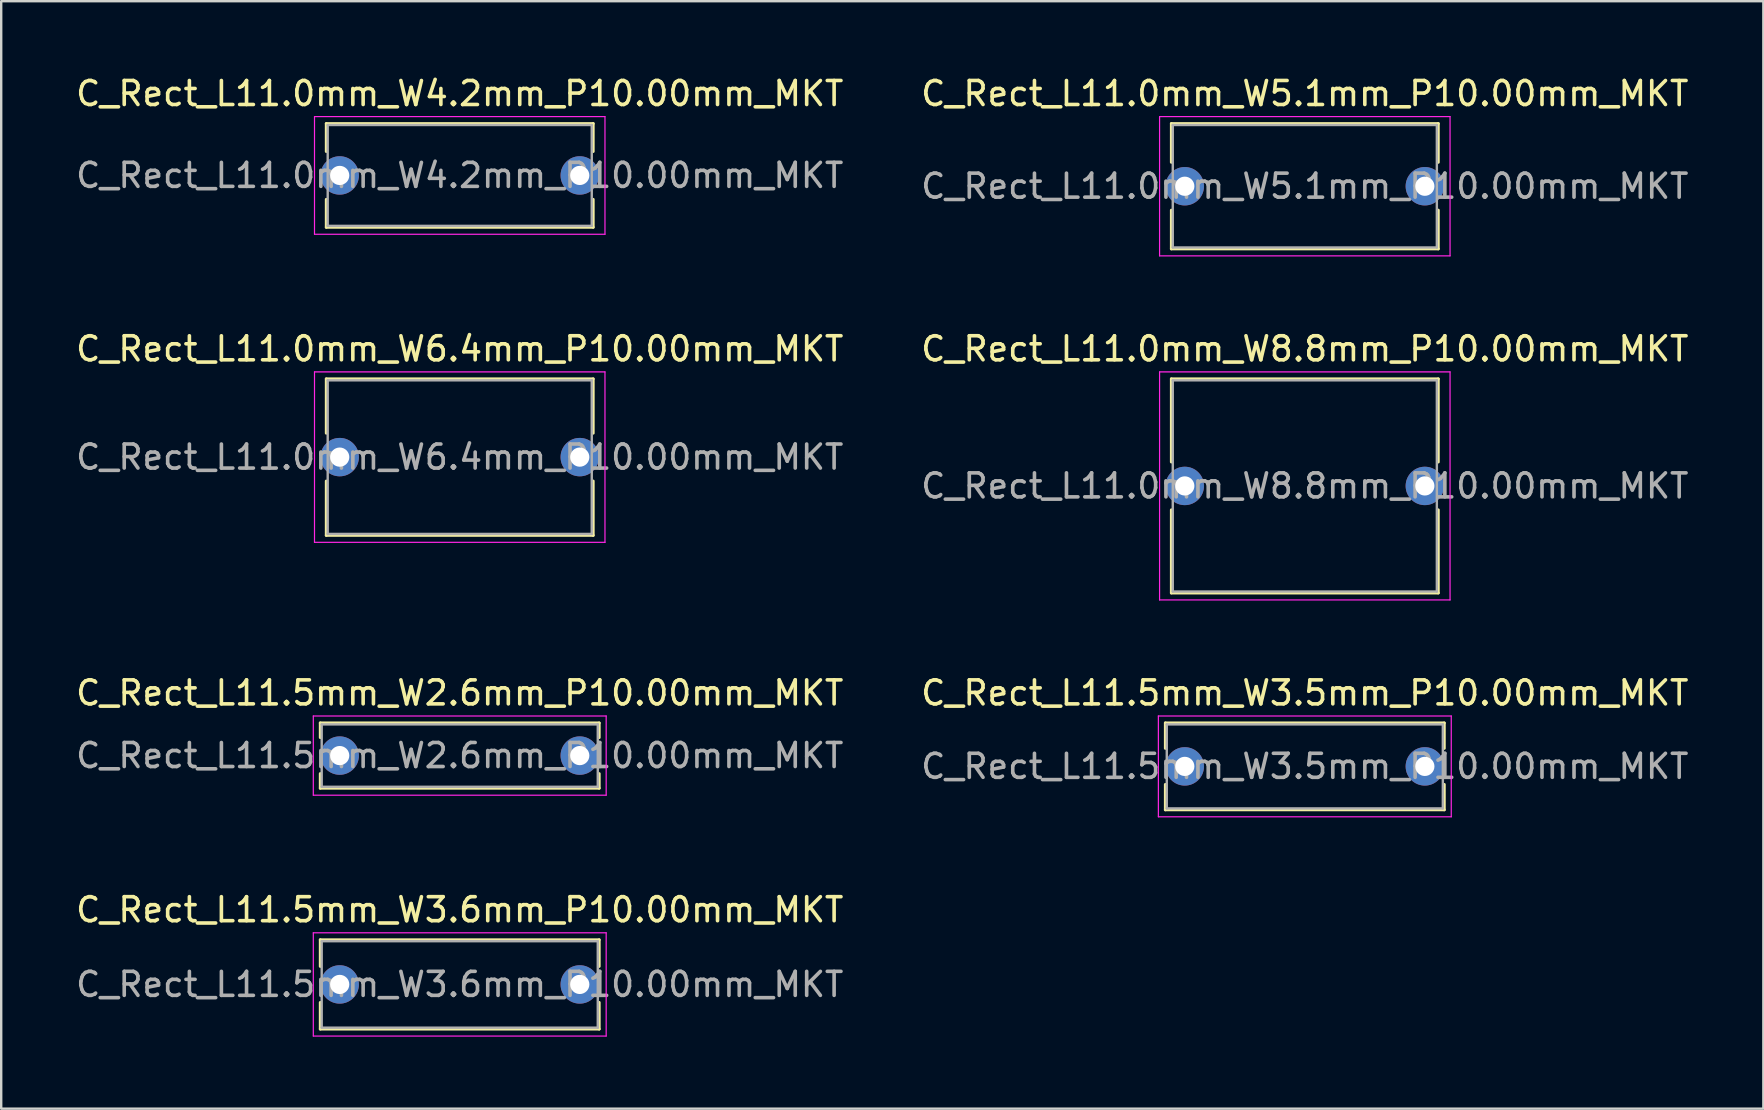
<source format=kicad_pcb>
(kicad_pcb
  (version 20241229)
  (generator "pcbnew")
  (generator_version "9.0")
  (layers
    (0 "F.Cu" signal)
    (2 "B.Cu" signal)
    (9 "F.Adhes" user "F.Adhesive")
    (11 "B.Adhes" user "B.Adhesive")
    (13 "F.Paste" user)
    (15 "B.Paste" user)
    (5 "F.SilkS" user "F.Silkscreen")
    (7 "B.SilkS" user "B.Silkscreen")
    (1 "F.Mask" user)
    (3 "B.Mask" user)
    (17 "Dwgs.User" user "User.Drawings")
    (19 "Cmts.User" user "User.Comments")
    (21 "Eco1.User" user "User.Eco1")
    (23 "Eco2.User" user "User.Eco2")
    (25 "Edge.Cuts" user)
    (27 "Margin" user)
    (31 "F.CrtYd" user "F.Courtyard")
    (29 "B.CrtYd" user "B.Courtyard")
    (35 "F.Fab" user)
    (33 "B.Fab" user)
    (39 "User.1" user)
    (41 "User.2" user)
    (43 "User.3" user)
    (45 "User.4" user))
  (footprint "C_Rect_L11.0mm_W8.8mm_P10.00mm_MKT"
    (layer "F.Cu")
    (at 46.304 17.192)
    (property "Reference" "C_Rect_L11.0mm_W8.8mm_P10.00mm_MKT" (at 5 -5.71 0) (layer "F.SilkS") (effects (font (size 1 1) (thickness 0.15))))
    (attr through_hole)
    (fp_line (start -0.56 -4.46) (end -0.56 -0.996) (stroke (width 0.12) (type solid)) (layer "F.SilkS"))
    (fp_line (start -0.56 -4.46) (end 10.56 -4.46) (stroke (width 0.12) (type solid)) (layer "F.SilkS"))
    (fp_line (start -0.56 0.996) (end -0.56 4.46) (stroke (width 0.12) (type solid)) (layer "F.SilkS"))
    (fp_line (start -0.56 4.46) (end 10.56 4.46) (stroke (width 0.12) (type solid)) (layer "F.SilkS"))
    (fp_line (start 10.56 -4.46) (end 10.56 -0.996) (stroke (width 0.12) (type solid)) (layer "F.SilkS"))
    (fp_line (start 10.56 0.996) (end 10.56 4.46) (stroke (width 0.12) (type solid)) (layer "F.SilkS"))
    (fp_line (start -1.05 -4.75) (end -1.05 4.75) (stroke (width 0.05) (type solid)) (layer "F.CrtYd"))
    (fp_line (start -1.05 4.75) (end 11.05 4.75) (stroke (width 0.05) (type solid)) (layer "F.CrtYd"))
    (fp_line (start 11.05 -4.75) (end -1.05 -4.75) (stroke (width 0.05) (type solid)) (layer "F.CrtYd"))
    (fp_line (start 11.05 4.75) (end 11.05 -4.75) (stroke (width 0.05) (type solid)) (layer "F.CrtYd"))
    (fp_line (start -0.5 -4.4) (end -0.5 4.4) (stroke (width 0.1) (type solid)) (layer "F.Fab"))
    (fp_line (start -0.5 4.4) (end 10.5 4.4) (stroke (width 0.1) (type solid)) (layer "F.Fab"))
    (fp_line (start 10.5 -4.4) (end -0.5 -4.4) (stroke (width 0.1) (type solid)) (layer "F.Fab"))
    (fp_line (start 10.5 4.4) (end 10.5 -4.4) (stroke (width 0.1) (type solid)) (layer "F.Fab"))
    (fp_text user "${REFERENCE}" (at 5 0 0) (layer "F.Fab") (effects (font (size 1 1) (thickness 0.15))))
    (pad "1" thru_hole circle (at 0 0) (size 1.6 1.6) (drill 0.8) (layers "*.Cu" "*.Mask"))
    (pad "2" thru_hole circle (at 10 0) (size 1.6 1.6) (drill 0.8) (layers "*.Cu" "*.Mask")))
  (footprint "C_Rect_L11.5mm_W3.5mm_P10.00mm_MKT"
    (layer "F.Cu")
    (at 46.304 28.875)
    (property "Reference" "C_Rect_L11.5mm_W3.5mm_P10.00mm_MKT" (at 5 -3.06 0) (layer "F.SilkS") (effects (font (size 1 1) (thickness 0.15))))
    (attr through_hole)
    (fp_line (start -0.81 -1.81) (end -0.81 -0.75) (stroke (width 0.12) (type solid)) (layer "F.SilkS"))
    (fp_line (start -0.81 -1.81) (end 10.81 -1.81) (stroke (width 0.12) (type solid)) (layer "F.SilkS"))
    (fp_line (start -0.81 0.75) (end -0.81 1.81) (stroke (width 0.12) (type solid)) (layer "F.SilkS"))
    (fp_line (start -0.81 1.81) (end 10.81 1.81) (stroke (width 0.12) (type solid)) (layer "F.SilkS"))
    (fp_line (start 10.81 -1.81) (end 10.81 -0.75) (stroke (width 0.12) (type solid)) (layer "F.SilkS"))
    (fp_line (start 10.81 0.75) (end 10.81 1.81) (stroke (width 0.12) (type solid)) (layer "F.SilkS"))
    (fp_line (start -1.1 -2.1) (end -1.1 2.1) (stroke (width 0.05) (type solid)) (layer "F.CrtYd"))
    (fp_line (start -1.1 2.1) (end 11.1 2.1) (stroke (width 0.05) (type solid)) (layer "F.CrtYd"))
    (fp_line (start 11.1 -2.1) (end -1.1 -2.1) (stroke (width 0.05) (type solid)) (layer "F.CrtYd"))
    (fp_line (start 11.1 2.1) (end 11.1 -2.1) (stroke (width 0.05) (type solid)) (layer "F.CrtYd"))
    (fp_line (start -0.75 -1.75) (end -0.75 1.75) (stroke (width 0.1) (type solid)) (layer "F.Fab"))
    (fp_line (start -0.75 1.75) (end 10.75 1.75) (stroke (width 0.1) (type solid)) (layer "F.Fab"))
    (fp_line (start 10.75 -1.75) (end -0.75 -1.75) (stroke (width 0.1) (type solid)) (layer "F.Fab"))
    (fp_line (start 10.75 1.75) (end 10.75 -1.75) (stroke (width 0.1) (type solid)) (layer "F.Fab"))
    (fp_text user "${REFERENCE}" (at 5 0 0) (layer "F.Fab") (effects (font (size 1 1) (thickness 0.15))))
    (pad "1" thru_hole circle (at 0 0) (size 1.6 1.6) (drill 0.8) (layers "*.Cu" "*.Mask"))
    (pad "2" thru_hole circle (at 10 0) (size 1.6 1.6) (drill 0.8) (layers "*.Cu" "*.Mask")))
  (footprint "C_Rect_L11.0mm_W4.2mm_P10.00mm_MKT"
    (layer "F.Cu")
    (at 11.101 4.258)
    (property "Reference" "C_Rect_L11.0mm_W4.2mm_P10.00mm_MKT" (at 5 -3.41 0) (layer "F.SilkS") (effects (font (size 1 1) (thickness 0.15))))
    (attr through_hole)
    (fp_line (start -0.56 -2.16) (end -0.56 -0.996) (stroke (width 0.12) (type solid)) (layer "F.SilkS"))
    (fp_line (start -0.56 -2.16) (end 10.56 -2.16) (stroke (width 0.12) (type solid)) (layer "F.SilkS"))
    (fp_line (start -0.56 0.996) (end -0.56 2.16) (stroke (width 0.12) (type solid)) (layer "F.SilkS"))
    (fp_line (start -0.56 2.16) (end 10.56 2.16) (stroke (width 0.12) (type solid)) (layer "F.SilkS"))
    (fp_line (start 10.56 -2.16) (end 10.56 -0.996) (stroke (width 0.12) (type solid)) (layer "F.SilkS"))
    (fp_line (start 10.56 0.996) (end 10.56 2.16) (stroke (width 0.12) (type solid)) (layer "F.SilkS"))
    (fp_line (start -1.05 -2.45) (end -1.05 2.45) (stroke (width 0.05) (type solid)) (layer "F.CrtYd"))
    (fp_line (start -1.05 2.45) (end 11.05 2.45) (stroke (width 0.05) (type solid)) (layer "F.CrtYd"))
    (fp_line (start 11.05 -2.45) (end -1.05 -2.45) (stroke (width 0.05) (type solid)) (layer "F.CrtYd"))
    (fp_line (start 11.05 2.45) (end 11.05 -2.45) (stroke (width 0.05) (type solid)) (layer "F.CrtYd"))
    (fp_line (start -0.5 -2.1) (end -0.5 2.1) (stroke (width 0.1) (type solid)) (layer "F.Fab"))
    (fp_line (start -0.5 2.1) (end 10.5 2.1) (stroke (width 0.1) (type solid)) (layer "F.Fab"))
    (fp_line (start 10.5 -2.1) (end -0.5 -2.1) (stroke (width 0.1) (type solid)) (layer "F.Fab"))
    (fp_line (start 10.5 2.1) (end 10.5 -2.1) (stroke (width 0.1) (type solid)) (layer "F.Fab"))
    (fp_text user "${REFERENCE}" (at 5 0 0) (layer "F.Fab") (effects (font (size 1 1) (thickness 0.15))))
    (pad "1" thru_hole circle (at 0 0) (size 1.6 1.6) (drill 0.8) (layers "*.Cu" "*.Mask"))
    (pad "2" thru_hole circle (at 10 0) (size 1.6 1.6) (drill 0.8) (layers "*.Cu" "*.Mask")))
  (footprint "C_Rect_L11.0mm_W6.4mm_P10.00mm_MKT"
    (layer "F.Cu")
    (at 11.101 15.992)
    (property "Reference" "C_Rect_L11.0mm_W6.4mm_P10.00mm_MKT" (at 5 -4.51 0) (layer "F.SilkS") (effects (font (size 1 1) (thickness 0.15))))
    (attr through_hole)
    (fp_line (start -0.56 -3.26) (end -0.56 -0.996) (stroke (width 0.12) (type solid)) (layer "F.SilkS"))
    (fp_line (start -0.56 -3.26) (end 10.56 -3.26) (stroke (width 0.12) (type solid)) (layer "F.SilkS"))
    (fp_line (start -0.56 0.996) (end -0.56 3.26) (stroke (width 0.12) (type solid)) (layer "F.SilkS"))
    (fp_line (start -0.56 3.26) (end 10.56 3.26) (stroke (width 0.12) (type solid)) (layer "F.SilkS"))
    (fp_line (start 10.56 -3.26) (end 10.56 -0.996) (stroke (width 0.12) (type solid)) (layer "F.SilkS"))
    (fp_line (start 10.56 0.996) (end 10.56 3.26) (stroke (width 0.12) (type solid)) (layer "F.SilkS"))
    (fp_line (start -1.05 -3.55) (end -1.05 3.55) (stroke (width 0.05) (type solid)) (layer "F.CrtYd"))
    (fp_line (start -1.05 3.55) (end 11.05 3.55) (stroke (width 0.05) (type solid)) (layer "F.CrtYd"))
    (fp_line (start 11.05 -3.55) (end -1.05 -3.55) (stroke (width 0.05) (type solid)) (layer "F.CrtYd"))
    (fp_line (start 11.05 3.55) (end 11.05 -3.55) (stroke (width 0.05) (type solid)) (layer "F.CrtYd"))
    (fp_line (start -0.5 -3.2) (end -0.5 3.2) (stroke (width 0.1) (type solid)) (layer "F.Fab"))
    (fp_line (start -0.5 3.2) (end 10.5 3.2) (stroke (width 0.1) (type solid)) (layer "F.Fab"))
    (fp_line (start 10.5 -3.2) (end -0.5 -3.2) (stroke (width 0.1) (type solid)) (layer "F.Fab"))
    (fp_line (start 10.5 3.2) (end 10.5 -3.2) (stroke (width 0.1) (type solid)) (layer "F.Fab"))
    (fp_text user "${REFERENCE}" (at 5 0 0) (layer "F.Fab") (effects (font (size 1 1) (thickness 0.15))))
    (pad "1" thru_hole circle (at 0 0) (size 1.6 1.6) (drill 0.8) (layers "*.Cu" "*.Mask"))
    (pad "2" thru_hole circle (at 10 0) (size 1.6 1.6) (drill 0.8) (layers "*.Cu" "*.Mask")))
  (footprint "C_Rect_L11.5mm_W2.6mm_P10.00mm_MKT"
    (layer "F.Cu")
    (at 11.101 28.425)
    (property "Reference" "C_Rect_L11.5mm_W2.6mm_P10.00mm_MKT" (at 5 -2.61 0) (layer "F.SilkS") (effects (font (size 1 1) (thickness 0.15))))
    (attr through_hole)
    (fp_line (start -0.81 -1.36) (end -0.81 -0.75) (stroke (width 0.12) (type solid)) (layer "F.SilkS"))
    (fp_line (start -0.81 -1.36) (end 10.81 -1.36) (stroke (width 0.12) (type solid)) (layer "F.SilkS"))
    (fp_line (start -0.81 0.75) (end -0.81 1.36) (stroke (width 0.12) (type solid)) (layer "F.SilkS"))
    (fp_line (start -0.81 1.36) (end 10.81 1.36) (stroke (width 0.12) (type solid)) (layer "F.SilkS"))
    (fp_line (start 10.81 -1.36) (end 10.81 -0.75) (stroke (width 0.12) (type solid)) (layer "F.SilkS"))
    (fp_line (start 10.81 0.75) (end 10.81 1.36) (stroke (width 0.12) (type solid)) (layer "F.SilkS"))
    (fp_line (start -1.1 -1.65) (end -1.1 1.65) (stroke (width 0.05) (type solid)) (layer "F.CrtYd"))
    (fp_line (start -1.1 1.65) (end 11.1 1.65) (stroke (width 0.05) (type solid)) (layer "F.CrtYd"))
    (fp_line (start 11.1 -1.65) (end -1.1 -1.65) (stroke (width 0.05) (type solid)) (layer "F.CrtYd"))
    (fp_line (start 11.1 1.65) (end 11.1 -1.65) (stroke (width 0.05) (type solid)) (layer "F.CrtYd"))
    (fp_line (start -0.75 -1.3) (end -0.75 1.3) (stroke (width 0.1) (type solid)) (layer "F.Fab"))
    (fp_line (start -0.75 1.3) (end 10.75 1.3) (stroke (width 0.1) (type solid)) (layer "F.Fab"))
    (fp_line (start 10.75 -1.3) (end -0.75 -1.3) (stroke (width 0.1) (type solid)) (layer "F.Fab"))
    (fp_line (start 10.75 1.3) (end 10.75 -1.3) (stroke (width 0.1) (type solid)) (layer "F.Fab"))
    (fp_text user "${REFERENCE}" (at 5 0 0) (layer "F.Fab") (effects (font (size 1 1) (thickness 0.15))))
    (pad "1" thru_hole circle (at 0 0) (size 1.6 1.6) (drill 0.8) (layers "*.Cu" "*.Mask"))
    (pad "2" thru_hole circle (at 10 0) (size 1.6 1.6) (drill 0.8) (layers "*.Cu" "*.Mask")))
  (footprint "C_Rect_L11.5mm_W3.6mm_P10.00mm_MKT"
    (layer "F.Cu")
    (at 11.101 37.958)
    (property "Reference" "C_Rect_L11.5mm_W3.6mm_P10.00mm_MKT" (at 5 -3.11 0) (layer "F.SilkS") (effects (font (size 1 1) (thickness 0.15))))
    (attr through_hole)
    (fp_line (start -0.81 -1.86) (end -0.81 -0.75) (stroke (width 0.12) (type solid)) (layer "F.SilkS"))
    (fp_line (start -0.81 -1.86) (end 10.81 -1.86) (stroke (width 0.12) (type solid)) (layer "F.SilkS"))
    (fp_line (start -0.81 0.75) (end -0.81 1.86) (stroke (width 0.12) (type solid)) (layer "F.SilkS"))
    (fp_line (start -0.81 1.86) (end 10.81 1.86) (stroke (width 0.12) (type solid)) (layer "F.SilkS"))
    (fp_line (start 10.81 -1.86) (end 10.81 -0.75) (stroke (width 0.12) (type solid)) (layer "F.SilkS"))
    (fp_line (start 10.81 0.75) (end 10.81 1.86) (stroke (width 0.12) (type solid)) (layer "F.SilkS"))
    (fp_line (start -1.1 -2.15) (end -1.1 2.15) (stroke (width 0.05) (type solid)) (layer "F.CrtYd"))
    (fp_line (start -1.1 2.15) (end 11.1 2.15) (stroke (width 0.05) (type solid)) (layer "F.CrtYd"))
    (fp_line (start 11.1 -2.15) (end -1.1 -2.15) (stroke (width 0.05) (type solid)) (layer "F.CrtYd"))
    (fp_line (start 11.1 2.15) (end 11.1 -2.15) (stroke (width 0.05) (type solid)) (layer "F.CrtYd"))
    (fp_line (start -0.75 -1.8) (end -0.75 1.8) (stroke (width 0.1) (type solid)) (layer "F.Fab"))
    (fp_line (start -0.75 1.8) (end 10.75 1.8) (stroke (width 0.1) (type solid)) (layer "F.Fab"))
    (fp_line (start 10.75 -1.8) (end -0.75 -1.8) (stroke (width 0.1) (type solid)) (layer "F.Fab"))
    (fp_line (start 10.75 1.8) (end 10.75 -1.8) (stroke (width 0.1) (type solid)) (layer "F.Fab"))
    (fp_text user "${REFERENCE}" (at 5 0 0) (layer "F.Fab") (effects (font (size 1 1) (thickness 0.15))))
    (pad "1" thru_hole circle (at 0 0) (size 1.6 1.6) (drill 0.8) (layers "*.Cu" "*.Mask"))
    (pad "2" thru_hole circle (at 10 0) (size 1.6 1.6) (drill 0.8) (layers "*.Cu" "*.Mask")))
  (footprint "C_Rect_L11.0mm_W5.1mm_P10.00mm_MKT"
    (layer "F.Cu")
    (at 46.304 4.708)
    (property "Reference" "C_Rect_L11.0mm_W5.1mm_P10.00mm_MKT" (at 5 -3.86 0) (layer "F.SilkS") (effects (font (size 1 1) (thickness 0.15))))
    (attr through_hole)
    (fp_line (start -0.56 -2.61) (end -0.56 -0.996) (stroke (width 0.12) (type solid)) (layer "F.SilkS"))
    (fp_line (start -0.56 -2.61) (end 10.56 -2.61) (stroke (width 0.12) (type solid)) (layer "F.SilkS"))
    (fp_line (start -0.56 0.996) (end -0.56 2.61) (stroke (width 0.12) (type solid)) (layer "F.SilkS"))
    (fp_line (start -0.56 2.61) (end 10.56 2.61) (stroke (width 0.12) (type solid)) (layer "F.SilkS"))
    (fp_line (start 10.56 -2.61) (end 10.56 -0.996) (stroke (width 0.12) (type solid)) (layer "F.SilkS"))
    (fp_line (start 10.56 0.996) (end 10.56 2.61) (stroke (width 0.12) (type solid)) (layer "F.SilkS"))
    (fp_line (start -1.05 -2.9) (end -1.05 2.9) (stroke (width 0.05) (type solid)) (layer "F.CrtYd"))
    (fp_line (start -1.05 2.9) (end 11.05 2.9) (stroke (width 0.05) (type solid)) (layer "F.CrtYd"))
    (fp_line (start 11.05 -2.9) (end -1.05 -2.9) (stroke (width 0.05) (type solid)) (layer "F.CrtYd"))
    (fp_line (start 11.05 2.9) (end 11.05 -2.9) (stroke (width 0.05) (type solid)) (layer "F.CrtYd"))
    (fp_line (start -0.5 -2.55) (end -0.5 2.55) (stroke (width 0.1) (type solid)) (layer "F.Fab"))
    (fp_line (start -0.5 2.55) (end 10.5 2.55) (stroke (width 0.1) (type solid)) (layer "F.Fab"))
    (fp_line (start 10.5 -2.55) (end -0.5 -2.55) (stroke (width 0.1) (type solid)) (layer "F.Fab"))
    (fp_line (start 10.5 2.55) (end 10.5 -2.55) (stroke (width 0.1) (type solid)) (layer "F.Fab"))
    (fp_text user "${REFERENCE}" (at 5 0 0) (layer "F.Fab") (effects (font (size 1 1) (thickness 0.15))))
    (pad "1" thru_hole circle (at 0 0) (size 1.6 1.6) (drill 0.8) (layers "*.Cu" "*.Mask"))
    (pad "2" thru_hole circle (at 10 0) (size 1.6 1.6) (drill 0.8) (layers "*.Cu" "*.Mask")))
  (gr_rect
    (start -3 -3)
    (end 70.405 43.133)
    (stroke (width 0.1) (type default))
    (fill no)
    (layer "Edge.Cuts")))
</source>
